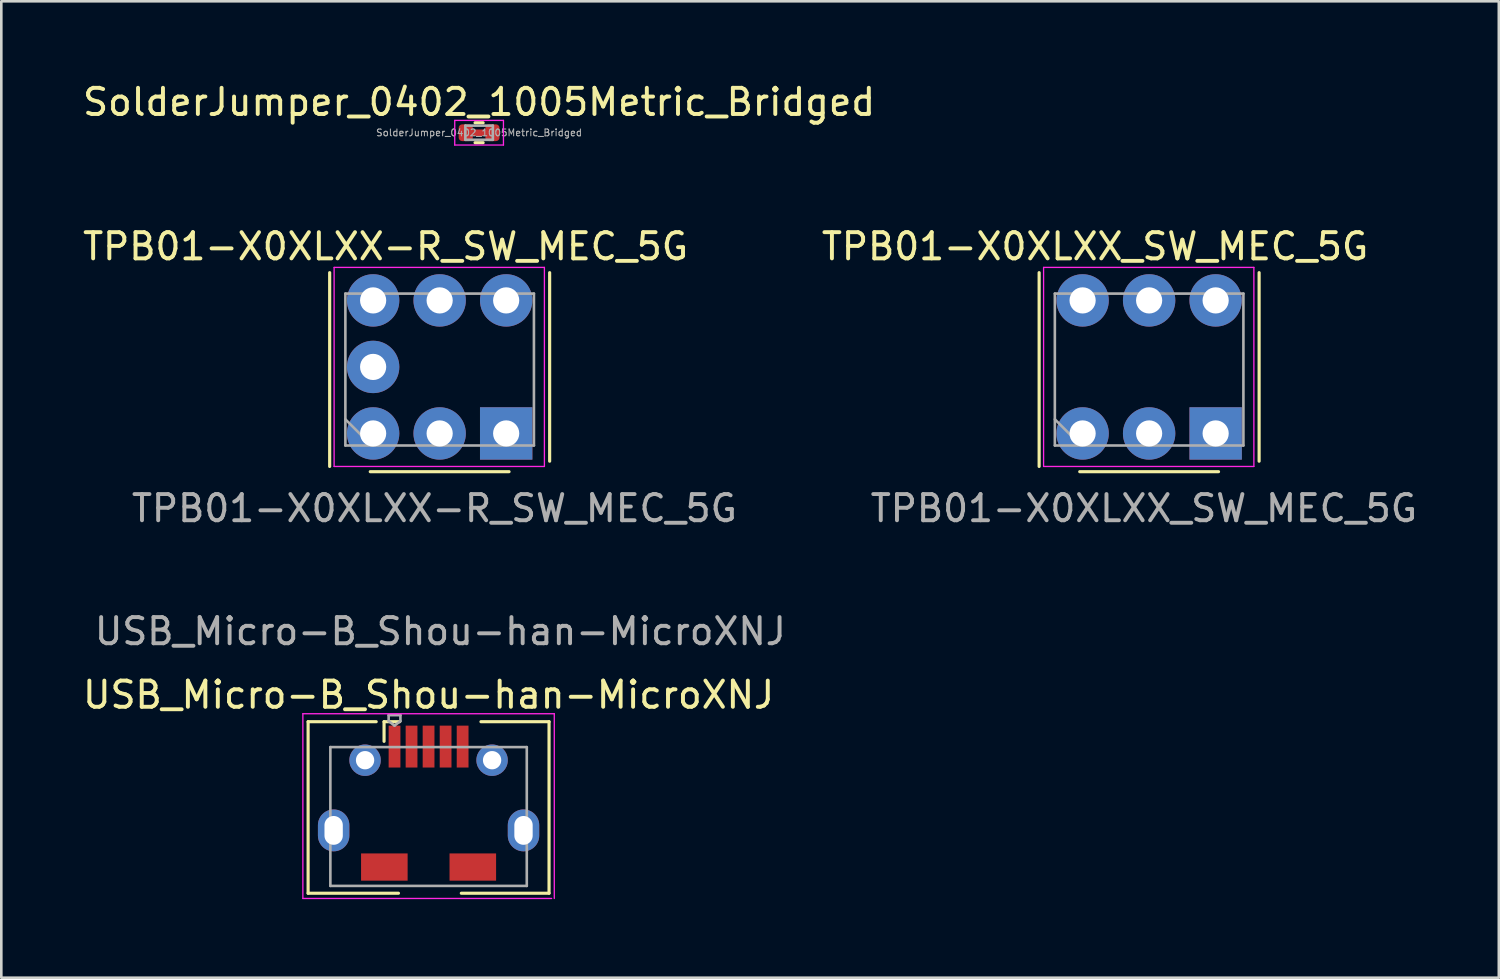
<source format=kicad_pcb>
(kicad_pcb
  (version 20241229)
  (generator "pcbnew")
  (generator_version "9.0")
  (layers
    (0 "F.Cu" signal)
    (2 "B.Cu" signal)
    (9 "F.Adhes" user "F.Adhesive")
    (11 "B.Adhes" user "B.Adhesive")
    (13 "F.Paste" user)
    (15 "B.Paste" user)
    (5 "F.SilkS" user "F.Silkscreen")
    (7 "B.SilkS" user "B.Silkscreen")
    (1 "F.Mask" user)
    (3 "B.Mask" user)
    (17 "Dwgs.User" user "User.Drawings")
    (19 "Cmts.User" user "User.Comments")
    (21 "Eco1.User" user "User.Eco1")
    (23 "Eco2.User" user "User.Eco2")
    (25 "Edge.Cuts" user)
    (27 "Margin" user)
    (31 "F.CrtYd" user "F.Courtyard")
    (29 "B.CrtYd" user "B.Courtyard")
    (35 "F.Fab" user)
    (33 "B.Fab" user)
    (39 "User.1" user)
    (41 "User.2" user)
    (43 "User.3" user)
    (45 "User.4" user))
  (footprint "SolderJumper_0402_1005Metric_Bridged"
    (layer "F.Cu")
    (at 15.244 2.018)
    (property "Reference" "SolderJumper_0402_1005Metric_Bridged" (at 0 -1.17 0) (layer "F.SilkS") (effects (font (size 1 1) (thickness 0.15))))
    (attr smd)
    (fp_line (start -0.4 0) (end 0.51 0) (stroke (width 0.25) (type default)) (layer "F.Cu"))
    (fp_line (start -0.51 0) (end 0.51 0) (stroke (width 0.25) (type default)) (layer "F.Mask"))
    (fp_line (start -0.154 -0.38) (end 0.154 -0.38) (stroke (width 0.12) (type solid)) (layer "F.SilkS"))
    (fp_line (start -0.154 0.38) (end 0.154 0.38) (stroke (width 0.12) (type solid)) (layer "F.SilkS"))
    (fp_line (start -0.93 -0.47) (end 0.93 -0.47) (stroke (width 0.05) (type solid)) (layer "F.CrtYd"))
    (fp_line (start -0.93 0.47) (end -0.93 -0.47) (stroke (width 0.05) (type solid)) (layer "F.CrtYd"))
    (fp_line (start 0.93 -0.47) (end 0.93 0.47) (stroke (width 0.05) (type solid)) (layer "F.CrtYd"))
    (fp_line (start 0.93 0.47) (end -0.93 0.47) (stroke (width 0.05) (type solid)) (layer "F.CrtYd"))
    (fp_line (start -0.525 -0.27) (end 0.525 -0.27) (stroke (width 0.1) (type solid)) (layer "F.Fab"))
    (fp_line (start -0.525 0.27) (end -0.525 -0.27) (stroke (width 0.1) (type solid)) (layer "F.Fab"))
    (fp_line (start 0.525 -0.27) (end 0.525 0.27) (stroke (width 0.1) (type solid)) (layer "F.Fab"))
    (fp_line (start 0.525 0.27) (end -0.525 0.27) (stroke (width 0.1) (type solid)) (layer "F.Fab"))
    (fp_text user "${REFERENCE}" (at 0 0 0) (layer "F.Fab") (effects (font (size 0.26 0.26) (thickness 0.04))))
    (pad "1" smd roundrect (at -0.51 0) (size 0.54 0.64) (layers "F.Cu" "F.Mask" "F.Paste") (roundrect_rratio 0.25))
    (pad "2" smd roundrect (at 0.51 0) (size 0.54 0.64) (layers "F.Cu" "F.Mask" "F.Paste") (roundrect_rratio 0.25)))
  (footprint "TPB01-X0XLXX_SW_MEC_5G"
    (layer "F.Cu")
    (at 40.829 10.961)
    (property "Reference" "TPB01-X0XLXX_SW_MEC_5G" (at -2.065 -4.6 180) (layer "F.SilkS") (effects (font (size 1 1) (thickness 0.15))))
    (attr through_hole)
    (fp_line (start -4.2 -3.6) (end -4.2 3.8) (stroke (width 0.12) (type solid)) (layer "F.SilkS"))
    (fp_line (start 2.65 4) (end -2.65 4) (stroke (width 0.12) (type solid)) (layer "F.SilkS"))
    (fp_line (start 4.2 -3.6) (end 4.2 3.6) (stroke (width 0.12) (type solid)) (layer "F.SilkS"))
    (fp_line (start -4.03 -3.8) (end 4 -3.8) (stroke (width 0.05) (type solid)) (layer "F.CrtYd"))
    (fp_line (start -4.03 3.8) (end -4.03 -3.8) (stroke (width 0.05) (type solid)) (layer "F.CrtYd"))
    (fp_line (start 4 -3.8) (end 4 3.8) (stroke (width 0.05) (type solid)) (layer "F.CrtYd"))
    (fp_line (start 4 3.8) (end -4.03 3.8) (stroke (width 0.05) (type solid)) (layer "F.CrtYd"))
    (fp_line (start -3.6 -2.8) (end 3.6 -2.8) (stroke (width 0.1) (type default)) (layer "F.Fab"))
    (fp_line (start -3.6 2) (end -2.6 3) (stroke (width 0.1) (type solid)) (layer "F.Fab"))
    (fp_line (start -3.6 3) (end -3.6 -2.8) (stroke (width 0.1) (type solid)) (layer "F.Fab"))
    (fp_line (start 3.6 -2.8) (end 3.6 3) (stroke (width 0.1) (type solid)) (layer "F.Fab"))
    (fp_line (start 3.6 3) (end -3.6 3) (stroke (width 0.1) (type solid)) (layer "F.Fab"))
    (fp_text user "${REFERENCE}" (at -0.2 5.4 180) (layer "F.Fab") (effects (font (size 1 1) (thickness 0.15))))
    (pad "1" thru_hole circle (at -2.54 2.54 270) (size 2 2) (drill 1) (layers "*.Cu" "*.Mask"))
    (pad "1" thru_hole rect (at 2.54 2.54 270) (size 2 2) (drill 1) (layers "*.Cu" "*.Mask"))
    (pad "2" thru_hole circle (at 0 2.54 270) (size 2 2) (drill 1) (layers "*.Cu" "*.Mask"))
    (pad "3" thru_hole circle (at 0 -2.54 270) (size 2 2) (drill 1) (layers "*.Cu" "*.Mask"))
    (pad "4" thru_hole circle (at -2.54 -2.54 270) (size 2 2) (drill 1) (layers "*.Cu" "*.Mask"))
    (pad "4" thru_hole circle (at 2.54 -2.54 270) (size 2 2) (drill 1) (layers "*.Cu" "*.Mask")))
  (footprint "TPB01-X0XLXX-R_SW_MEC_5G"
    (layer "F.Cu")
    (at 13.738 10.961)
    (property "Reference" "TPB01-X0XLXX-R_SW_MEC_5G" (at -2.065 -4.6 180) (layer "F.SilkS") (effects (font (size 1 1) (thickness 0.15))))
    (attr through_hole)
    (fp_line (start -4.2 -3.6) (end -4.2 3.8) (stroke (width 0.12) (type solid)) (layer "F.SilkS"))
    (fp_line (start 2.65 4) (end -2.65 4) (stroke (width 0.12) (type solid)) (layer "F.SilkS"))
    (fp_line (start 4.2 -3.6) (end 4.2 3.6) (stroke (width 0.12) (type solid)) (layer "F.SilkS"))
    (fp_line (start -4.03 -3.8) (end 4 -3.8) (stroke (width 0.05) (type solid)) (layer "F.CrtYd"))
    (fp_line (start -4.03 3.8) (end -4.03 -3.8) (stroke (width 0.05) (type solid)) (layer "F.CrtYd"))
    (fp_line (start 4 -3.8) (end 4 3.8) (stroke (width 0.05) (type solid)) (layer "F.CrtYd"))
    (fp_line (start 4 3.8) (end -4.03 3.8) (stroke (width 0.05) (type solid)) (layer "F.CrtYd"))
    (fp_line (start -3.6 -2.8) (end 3.6 -2.8) (stroke (width 0.1) (type default)) (layer "F.Fab"))
    (fp_line (start -3.6 2) (end -2.6 3) (stroke (width 0.1) (type solid)) (layer "F.Fab"))
    (fp_line (start -3.6 3) (end -3.6 -2.8) (stroke (width 0.1) (type solid)) (layer "F.Fab"))
    (fp_line (start 3.6 -2.8) (end 3.6 3) (stroke (width 0.1) (type solid)) (layer "F.Fab"))
    (fp_line (start 3.6 3) (end -3.6 3) (stroke (width 0.1) (type solid)) (layer "F.Fab"))
    (fp_text user "${REFERENCE}" (at -0.2 5.4 180) (layer "F.Fab") (effects (font (size 1 1) (thickness 0.15))))
    (pad "1" thru_hole circle (at -2.54 2.54 270) (size 2 2) (drill 1) (layers "*.Cu" "*.Mask"))
    (pad "1" thru_hole rect (at 2.54 2.54 270) (size 2 2) (drill 1) (layers "*.Cu" "*.Mask"))
    (pad "2" thru_hole circle (at 0 2.54 270) (size 2 2) (drill 1) (layers "*.Cu" "*.Mask"))
    (pad "3" thru_hole circle (at 0 -2.54 270) (size 2 2) (drill 1) (layers "*.Cu" "*.Mask"))
    (pad "4" thru_hole circle (at -2.54 -2.54 270) (size 2 2) (drill 1) (layers "*.Cu" "*.Mask"))
    (pad "4" thru_hole circle (at 2.54 -2.54 270) (size 2 2) (drill 1) (layers "*.Cu" "*.Mask"))
    (pad "5" thru_hole circle (at -2.54 0 270) (size 2 2) (drill 1) (layers "*.Cu" "*.Mask")))
  (footprint "USB_Micro-B_Shou-han-MicroXNJ"
    (layer "F.Cu")
    (at 13.315 25.458)
    (property "Reference" "USB_Micro-B_Shou-han-MicroXNJ" (at 0 -1.975 0) (layer "F.SilkS") (effects (font (size 1 1) (thickness 0.15))))
    (attr through_hole)
    (fp_line (start -4.6 -0.95) (end -4.6 5.6) (stroke (width 0.12) (type solid)) (layer "F.SilkS"))
    (fp_line (start -4.6 5.6) (end -1.15 5.6) (stroke (width 0.12) (type solid)) (layer "F.SilkS"))
    (fp_line (start -2 -0.95) (end -4.6 -0.95) (stroke (width 0.12) (type solid)) (layer "F.SilkS"))
    (fp_line (start -1.7 -0.95) (end -1.1 -0.95) (stroke (width 0.12) (type solid)) (layer "F.SilkS"))
    (fp_line (start -1.7 -0.2) (end -1.7 -0.95) (stroke (width 0.12) (type solid)) (layer "F.SilkS"))
    (fp_line (start 2 -0.95) (end 4.6 -0.95) (stroke (width 0.12) (type solid)) (layer "F.SilkS"))
    (fp_line (start 4.6 -0.95) (end 4.6 5.6) (stroke (width 0.12) (type solid)) (layer "F.SilkS"))
    (fp_line (start 4.6 5.6) (end 1.25 5.6) (stroke (width 0.12) (type solid)) (layer "F.SilkS"))
    (fp_line (start -4.8 -1.255) (end 4.8 -1.255) (stroke (width 0.05) (type solid)) (layer "F.CrtYd"))
    (fp_line (start -4.8 5.8) (end -4.8 -1.255) (stroke (width 0.05) (type solid)) (layer "F.CrtYd"))
    (fp_line (start -4.8 5.8) (end 4.7 5.8) (stroke (width 0.05) (type solid)) (layer "F.CrtYd"))
    (fp_line (start 4.8 5.8) (end 4.8 -1.255) (stroke (width 0.05) (type solid)) (layer "F.CrtYd"))
    (fp_line (start -3.75 5.32) (end -3.75 0.02) (stroke (width 0.1) (type solid)) (layer "F.Fab"))
    (fp_line (start -3.75 5.32) (end 3.75 5.32) (stroke (width 0.1) (type solid)) (layer "F.Fab"))
    (fp_line (start -1.525 -1.2) (end -1.075 -1.2) (stroke (width 0.1) (type solid)) (layer "F.Fab"))
    (fp_line (start -1.525 -0.975) (end -1.525 -1.2) (stroke (width 0.1) (type solid)) (layer "F.Fab"))
    (fp_line (start -1.3 -0.8) (end -1.525 -0.975) (stroke (width 0.1) (type solid)) (layer "F.Fab"))
    (fp_line (start -1.3 -0.8) (end -1.075 -0.975) (stroke (width 0.1) (type solid)) (layer "F.Fab"))
    (fp_line (start -1.075 -1.2) (end -1.075 -0.975) (stroke (width 0.1) (type solid)) (layer "F.Fab"))
    (fp_line (start 3.75 0.02) (end -3.75 0.02) (stroke (width 0.1) (type solid)) (layer "F.Fab"))
    (fp_line (start 3.75 5.32) (end 3.75 0.02) (stroke (width 0.1) (type solid)) (layer "F.Fab"))
    (fp_text user "${REFERENCE}" (at 0.45 -4.4 0) (layer "F.Fab") (effects (font (size 1 1) (thickness 0.15))))
    (pad "1" smd rect (at -1.3 0) (size 0.45 1.6) (layers "F.Cu" "F.Mask" "F.Paste"))
    (pad "2" smd rect (at -0.65 0) (size 0.45 1.6) (layers "F.Cu" "F.Mask" "F.Paste"))
    (pad "3" smd rect (at 0 0) (size 0.45 1.6) (layers "F.Cu" "F.Mask" "F.Paste"))
    (pad "4" smd rect (at 0.65 0) (size 0.45 1.6) (layers "F.Cu" "F.Mask" "F.Paste"))
    (pad "5" smd rect (at 1.3 0) (size 0.45 1.6) (layers "F.Cu" "F.Mask" "F.Paste"))
    (pad "6" thru_hole oval (at -3.625 3.2 90) (size 1.6 1.2) (drill oval 1.1 0.7) (layers "*.Cu" "*.Mask"))
    (pad "6" thru_hole oval (at -2.425 0.52) (size 1.2 1.2) (drill 0.7) (layers "*.Cu" "*.Mask"))
    (pad "6" smd rect (at -1.689 4.6) (size 1.778 1.04) (layers "F.Cu" "F.Mask" "F.Paste"))
    (pad "6" smd rect (at 1.689 4.6) (size 1.778 1.04) (layers "F.Cu" "F.Mask" "F.Paste"))
    (pad "6" thru_hole oval (at 2.425 0.52) (size 1.2 1.2) (drill 0.7) (layers "*.Cu" "*.Mask"))
    (pad "6" thru_hole oval (at 3.625 3.2 90) (size 1.6 1.2) (drill oval 1.1 0.7) (layers "*.Cu" "*.Mask")))
  (gr_rect
    (start -3 -3)
    (end 54.182 34.283)
    (stroke (width 0.1) (type default))
    (fill no)
    (layer "Edge.Cuts")))
</source>
